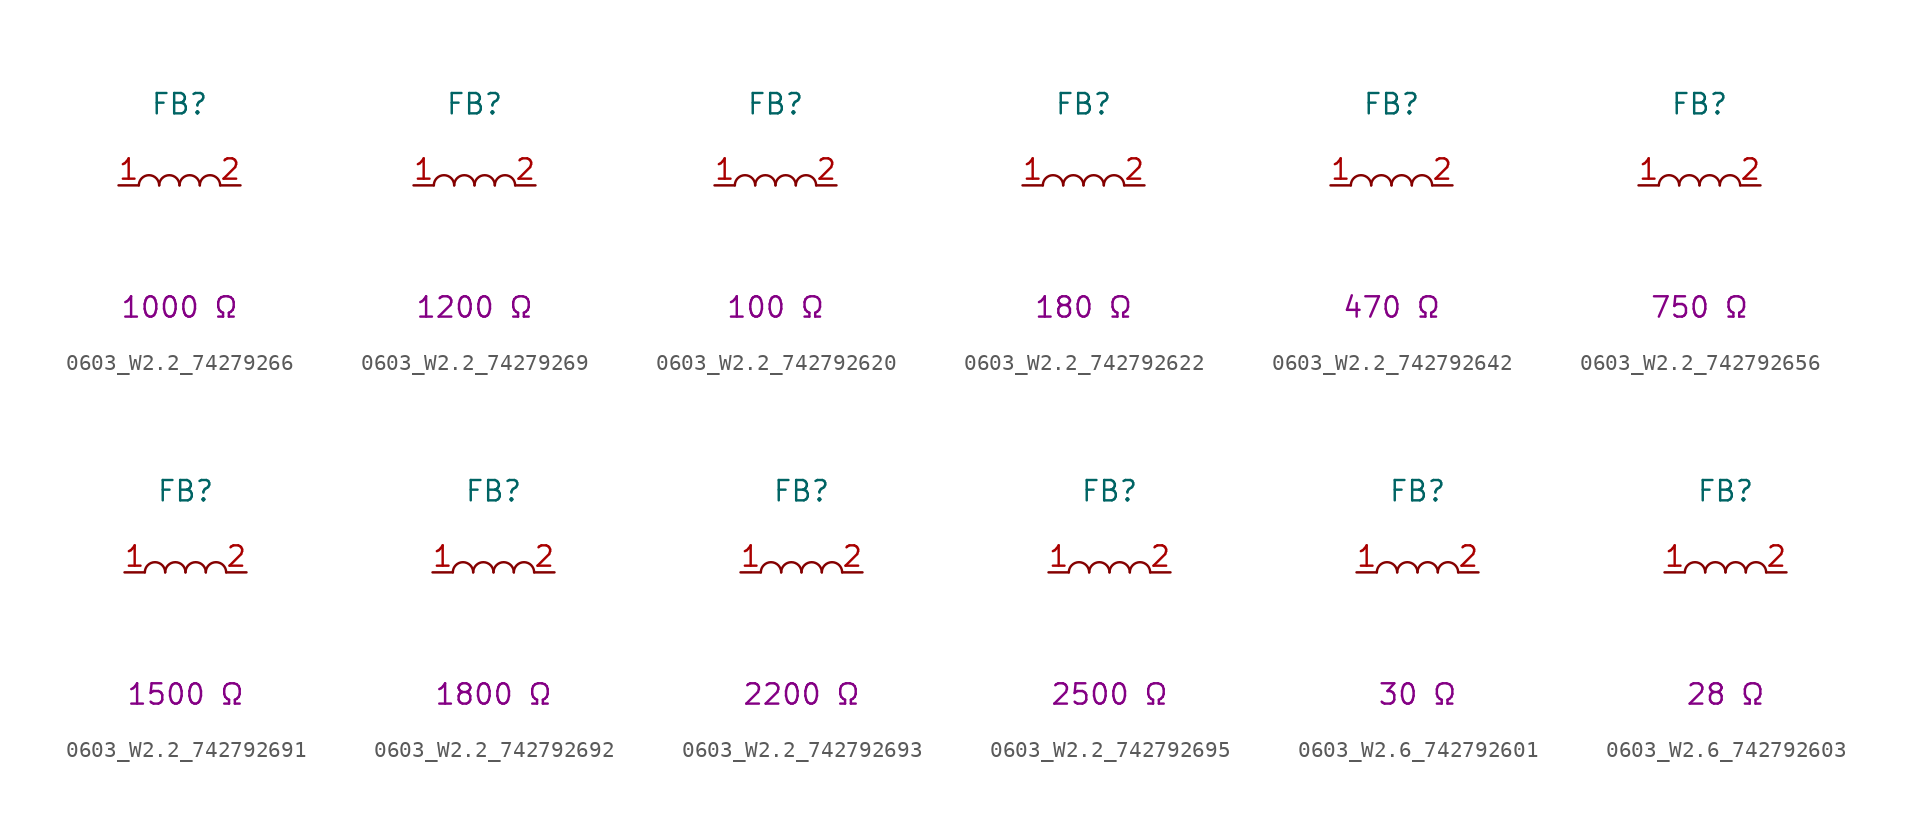
<source format=kicad_sym>
(kicad_symbol_lib
  (version 20220914)
  (generator kicad_symbol_editor)
  (symbol "0603_W2.2_74279266"
    (pin_names hide)
    (property "Reference" "FB"
      (at 0 5.08 0)
      (effects (font (size 1.27 1.27))))
    (property "Critical Parameter" "1000 Ω"
      (at 0 -7.62 0)
      (effects (font (size 1.27 1.27))))
    (symbol "0603_W2.2_74279266_0_1"
      (arc (start -1.27 0) (mid -1.905 0.6323) (end -2.54 0) (stroke (width 0) (type default)) (fill (type none)))
      (arc (start 0 0) (mid -0.635 0.6323) (end -1.27 0) (stroke (width 0) (type default)) (fill (type none)))
      (arc (start 1.27 0) (mid 0.635 0.6323) (end 0 0) (stroke (width 0) (type default)) (fill (type none)))
      (arc (start 2.54 0) (mid 1.905 0.6323) (end 1.27 0) (stroke (width 0) (type default)) (fill (type none))))
    (symbol "0603_W2.2_74279266_1_1"
      (pin passive line (at -3.81 0 0) (length 1.27) (name "1" (effects (font (size 1.27 1.27)))) (number "1" (effects (font (size 1.27 1.27)))))
      (pin passive line (at 3.81 0 180) (length 1.27) (name "2" (effects (font (size 1.27 1.27)))) (number "2" (effects (font (size 1.27 1.27)))))))
  (symbol "0603_W2.2_74279269"
    (pin_names hide)
    (property "Reference" "FB"
      (at 0 5.08 0)
      (effects (font (size 1.27 1.27))))
    (property "Critical Parameter" "1200 Ω"
      (at 0 -7.62 0)
      (effects (font (size 1.27 1.27))))
    (symbol "0603_W2.2_74279269_0_1"
      (arc (start -1.27 0) (mid -1.905 0.6323) (end -2.54 0) (stroke (width 0) (type default)) (fill (type none)))
      (arc (start 0 0) (mid -0.635 0.6323) (end -1.27 0) (stroke (width 0) (type default)) (fill (type none)))
      (arc (start 1.27 0) (mid 0.635 0.6323) (end 0 0) (stroke (width 0) (type default)) (fill (type none)))
      (arc (start 2.54 0) (mid 1.905 0.6323) (end 1.27 0) (stroke (width 0) (type default)) (fill (type none))))
    (symbol "0603_W2.2_74279269_1_1"
      (pin passive line (at -3.81 0 0) (length 1.27) (name "1" (effects (font (size 1.27 1.27)))) (number "1" (effects (font (size 1.27 1.27)))))
      (pin passive line (at 3.81 0 180) (length 1.27) (name "2" (effects (font (size 1.27 1.27)))) (number "2" (effects (font (size 1.27 1.27)))))))
  (symbol "0603_W2.2_742792620"
    (pin_names hide)
    (property "Reference" "FB"
      (at 0 5.08 0)
      (effects (font (size 1.27 1.27))))
    (property "Critical Parameter" "100 Ω"
      (at 0 -7.62 0)
      (effects (font (size 1.27 1.27))))
    (symbol "0603_W2.2_742792620_0_1"
      (arc (start -1.27 0) (mid -1.905 0.6323) (end -2.54 0) (stroke (width 0) (type default)) (fill (type none)))
      (arc (start 0 0) (mid -0.635 0.6323) (end -1.27 0) (stroke (width 0) (type default)) (fill (type none)))
      (arc (start 1.27 0) (mid 0.635 0.6323) (end 0 0) (stroke (width 0) (type default)) (fill (type none)))
      (arc (start 2.54 0) (mid 1.905 0.6323) (end 1.27 0) (stroke (width 0) (type default)) (fill (type none))))
    (symbol "0603_W2.2_742792620_1_1"
      (pin passive line (at -3.81 0 0) (length 1.27) (name "1" (effects (font (size 1.27 1.27)))) (number "1" (effects (font (size 1.27 1.27)))))
      (pin passive line (at 3.81 0 180) (length 1.27) (name "2" (effects (font (size 1.27 1.27)))) (number "2" (effects (font (size 1.27 1.27)))))))
  (symbol "0603_W2.2_742792622"
    (pin_names hide)
    (property "Reference" "FB"
      (at 0 5.08 0)
      (effects (font (size 1.27 1.27))))
    (property "Critical Parameter" "180 Ω"
      (at 0 -7.62 0)
      (effects (font (size 1.27 1.27))))
    (symbol "0603_W2.2_742792622_0_1"
      (arc (start -1.27 0) (mid -1.905 0.6323) (end -2.54 0) (stroke (width 0) (type default)) (fill (type none)))
      (arc (start 0 0) (mid -0.635 0.6323) (end -1.27 0) (stroke (width 0) (type default)) (fill (type none)))
      (arc (start 1.27 0) (mid 0.635 0.6323) (end 0 0) (stroke (width 0) (type default)) (fill (type none)))
      (arc (start 2.54 0) (mid 1.905 0.6323) (end 1.27 0) (stroke (width 0) (type default)) (fill (type none))))
    (symbol "0603_W2.2_742792622_1_1"
      (pin passive line (at -3.81 0 0) (length 1.27) (name "1" (effects (font (size 1.27 1.27)))) (number "1" (effects (font (size 1.27 1.27)))))
      (pin passive line (at 3.81 0 180) (length 1.27) (name "2" (effects (font (size 1.27 1.27)))) (number "2" (effects (font (size 1.27 1.27)))))))
  (symbol "0603_W2.2_742792642"
    (pin_names hide)
    (property "Reference" "FB"
      (at 0 5.08 0)
      (effects (font (size 1.27 1.27))))
    (property "Critical Parameter" "470 Ω"
      (at 0 -7.62 0)
      (effects (font (size 1.27 1.27))))
    (symbol "0603_W2.2_742792642_0_1"
      (arc (start -1.27 0) (mid -1.905 0.6323) (end -2.54 0) (stroke (width 0) (type default)) (fill (type none)))
      (arc (start 0 0) (mid -0.635 0.6323) (end -1.27 0) (stroke (width 0) (type default)) (fill (type none)))
      (arc (start 1.27 0) (mid 0.635 0.6323) (end 0 0) (stroke (width 0) (type default)) (fill (type none)))
      (arc (start 2.54 0) (mid 1.905 0.6323) (end 1.27 0) (stroke (width 0) (type default)) (fill (type none))))
    (symbol "0603_W2.2_742792642_1_1"
      (pin passive line (at -3.81 0 0) (length 1.27) (name "1" (effects (font (size 1.27 1.27)))) (number "1" (effects (font (size 1.27 1.27)))))
      (pin passive line (at 3.81 0 180) (length 1.27) (name "2" (effects (font (size 1.27 1.27)))) (number "2" (effects (font (size 1.27 1.27)))))))
  (symbol "0603_W2.2_742792656"
    (pin_names hide)
    (property "Reference" "FB"
      (at 0 5.08 0)
      (effects (font (size 1.27 1.27))))
    (property "Critical Parameter" "750 Ω"
      (at 0 -7.62 0)
      (effects (font (size 1.27 1.27))))
    (symbol "0603_W2.2_742792656_0_1"
      (arc (start -1.27 0) (mid -1.905 0.6323) (end -2.54 0) (stroke (width 0) (type default)) (fill (type none)))
      (arc (start 0 0) (mid -0.635 0.6323) (end -1.27 0) (stroke (width 0) (type default)) (fill (type none)))
      (arc (start 1.27 0) (mid 0.635 0.6323) (end 0 0) (stroke (width 0) (type default)) (fill (type none)))
      (arc (start 2.54 0) (mid 1.905 0.6323) (end 1.27 0) (stroke (width 0) (type default)) (fill (type none))))
    (symbol "0603_W2.2_742792656_1_1"
      (pin passive line (at -3.81 0 0) (length 1.27) (name "1" (effects (font (size 1.27 1.27)))) (number "1" (effects (font (size 1.27 1.27)))))
      (pin passive line (at 3.81 0 180) (length 1.27) (name "2" (effects (font (size 1.27 1.27)))) (number "2" (effects (font (size 1.27 1.27)))))))
  (symbol "0603_W2.2_742792691"
    (pin_names hide)
    (property "Reference" "FB"
      (at 0 5.08 0)
      (effects (font (size 1.27 1.27))))
    (property "Critical Parameter" "1500 Ω"
      (at 0 -7.62 0)
      (effects (font (size 1.27 1.27))))
    (symbol "0603_W2.2_742792691_0_1"
      (arc (start -1.27 0) (mid -1.905 0.6323) (end -2.54 0) (stroke (width 0) (type default)) (fill (type none)))
      (arc (start 0 0) (mid -0.635 0.6323) (end -1.27 0) (stroke (width 0) (type default)) (fill (type none)))
      (arc (start 1.27 0) (mid 0.635 0.6323) (end 0 0) (stroke (width 0) (type default)) (fill (type none)))
      (arc (start 2.54 0) (mid 1.905 0.6323) (end 1.27 0) (stroke (width 0) (type default)) (fill (type none))))
    (symbol "0603_W2.2_742792691_1_1"
      (pin passive line (at -3.81 0 0) (length 1.27) (name "1" (effects (font (size 1.27 1.27)))) (number "1" (effects (font (size 1.27 1.27)))))
      (pin passive line (at 3.81 0 180) (length 1.27) (name "2" (effects (font (size 1.27 1.27)))) (number "2" (effects (font (size 1.27 1.27)))))))
  (symbol "0603_W2.2_742792692"
    (pin_names hide)
    (property "Reference" "FB"
      (at 0 5.08 0)
      (effects (font (size 1.27 1.27))))
    (property "Critical Parameter" "1800 Ω"
      (at 0 -7.62 0)
      (effects (font (size 1.27 1.27))))
    (symbol "0603_W2.2_742792692_0_1"
      (arc (start -1.27 0) (mid -1.905 0.6323) (end -2.54 0) (stroke (width 0) (type default)) (fill (type none)))
      (arc (start 0 0) (mid -0.635 0.6323) (end -1.27 0) (stroke (width 0) (type default)) (fill (type none)))
      (arc (start 1.27 0) (mid 0.635 0.6323) (end 0 0) (stroke (width 0) (type default)) (fill (type none)))
      (arc (start 2.54 0) (mid 1.905 0.6323) (end 1.27 0) (stroke (width 0) (type default)) (fill (type none))))
    (symbol "0603_W2.2_742792692_1_1"
      (pin passive line (at -3.81 0 0) (length 1.27) (name "1" (effects (font (size 1.27 1.27)))) (number "1" (effects (font (size 1.27 1.27)))))
      (pin passive line (at 3.81 0 180) (length 1.27) (name "2" (effects (font (size 1.27 1.27)))) (number "2" (effects (font (size 1.27 1.27)))))))
  (symbol "0603_W2.2_742792693"
    (pin_names hide)
    (property "Reference" "FB"
      (at 0 5.08 0)
      (effects (font (size 1.27 1.27))))
    (property "Critical Parameter" "2200 Ω"
      (at 0 -7.62 0)
      (effects (font (size 1.27 1.27))))
    (symbol "0603_W2.2_742792693_0_1"
      (arc (start -1.27 0) (mid -1.905 0.6323) (end -2.54 0) (stroke (width 0) (type default)) (fill (type none)))
      (arc (start 0 0) (mid -0.635 0.6323) (end -1.27 0) (stroke (width 0) (type default)) (fill (type none)))
      (arc (start 1.27 0) (mid 0.635 0.6323) (end 0 0) (stroke (width 0) (type default)) (fill (type none)))
      (arc (start 2.54 0) (mid 1.905 0.6323) (end 1.27 0) (stroke (width 0) (type default)) (fill (type none))))
    (symbol "0603_W2.2_742792693_1_1"
      (pin passive line (at -3.81 0 0) (length 1.27) (name "1" (effects (font (size 1.27 1.27)))) (number "1" (effects (font (size 1.27 1.27)))))
      (pin passive line (at 3.81 0 180) (length 1.27) (name "2" (effects (font (size 1.27 1.27)))) (number "2" (effects (font (size 1.27 1.27)))))))
  (symbol "0603_W2.2_742792695"
    (pin_names hide)
    (property "Reference" "FB"
      (at 0 5.08 0)
      (effects (font (size 1.27 1.27))))
    (property "Critical Parameter" "2500 Ω"
      (at 0 -7.62 0)
      (effects (font (size 1.27 1.27))))
    (symbol "0603_W2.2_742792695_0_1"
      (arc (start -1.27 0) (mid -1.905 0.6323) (end -2.54 0) (stroke (width 0) (type default)) (fill (type none)))
      (arc (start 0 0) (mid -0.635 0.6323) (end -1.27 0) (stroke (width 0) (type default)) (fill (type none)))
      (arc (start 1.27 0) (mid 0.635 0.6323) (end 0 0) (stroke (width 0) (type default)) (fill (type none)))
      (arc (start 2.54 0) (mid 1.905 0.6323) (end 1.27 0) (stroke (width 0) (type default)) (fill (type none))))
    (symbol "0603_W2.2_742792695_1_1"
      (pin passive line (at -3.81 0 0) (length 1.27) (name "1" (effects (font (size 1.27 1.27)))) (number "1" (effects (font (size 1.27 1.27)))))
      (pin passive line (at 3.81 0 180) (length 1.27) (name "2" (effects (font (size 1.27 1.27)))) (number "2" (effects (font (size 1.27 1.27)))))))
  (symbol "0603_W2.6_742792601"
    (pin_names hide)
    (property "Reference" "FB"
      (at 0 5.08 0)
      (effects (font (size 1.27 1.27))))
    (property "Critical Parameter" "30 Ω"
      (at 0 -7.62 0)
      (effects (font (size 1.27 1.27))))
    (symbol "0603_W2.6_742792601_0_1"
      (arc (start -1.27 0) (mid -1.905 0.6323) (end -2.54 0) (stroke (width 0) (type default)) (fill (type none)))
      (arc (start 0 0) (mid -0.635 0.6323) (end -1.27 0) (stroke (width 0) (type default)) (fill (type none)))
      (arc (start 1.27 0) (mid 0.635 0.6323) (end 0 0) (stroke (width 0) (type default)) (fill (type none)))
      (arc (start 2.54 0) (mid 1.905 0.6323) (end 1.27 0) (stroke (width 0) (type default)) (fill (type none))))
    (symbol "0603_W2.6_742792601_1_1"
      (pin passive line (at -3.81 0 0) (length 1.27) (name "1" (effects (font (size 1.27 1.27)))) (number "1" (effects (font (size 1.27 1.27)))))
      (pin passive line (at 3.81 0 180) (length 1.27) (name "2" (effects (font (size 1.27 1.27)))) (number "2" (effects (font (size 1.27 1.27)))))))
  (symbol "0603_W2.6_742792603"
    (pin_names hide)
    (property "Reference" "FB"
      (at 0 5.08 0)
      (effects (font (size 1.27 1.27))))
    (property "Critical Parameter" "28 Ω"
      (at 0 -7.62 0)
      (effects (font (size 1.27 1.27))))
    (symbol "0603_W2.6_742792603_0_1"
      (arc (start -1.27 0) (mid -1.905 0.6323) (end -2.54 0) (stroke (width 0) (type default)) (fill (type none)))
      (arc (start 0 0) (mid -0.635 0.6323) (end -1.27 0) (stroke (width 0) (type default)) (fill (type none)))
      (arc (start 1.27 0) (mid 0.635 0.6323) (end 0 0) (stroke (width 0) (type default)) (fill (type none)))
      (arc (start 2.54 0) (mid 1.905 0.6323) (end 1.27 0) (stroke (width 0) (type default)) (fill (type none))))
    (symbol "0603_W2.6_742792603_1_1"
      (pin passive line (at -3.81 0 0) (length 1.27) (name "1" (effects (font (size 1.27 1.27)))) (number "1" (effects (font (size 1.27 1.27)))))
      (pin passive line (at 3.81 0 180) (length 1.27) (name "2" (effects (font (size 1.27 1.27)))) (number "2" (effects (font (size 1.27 1.27))))))))
</source>
